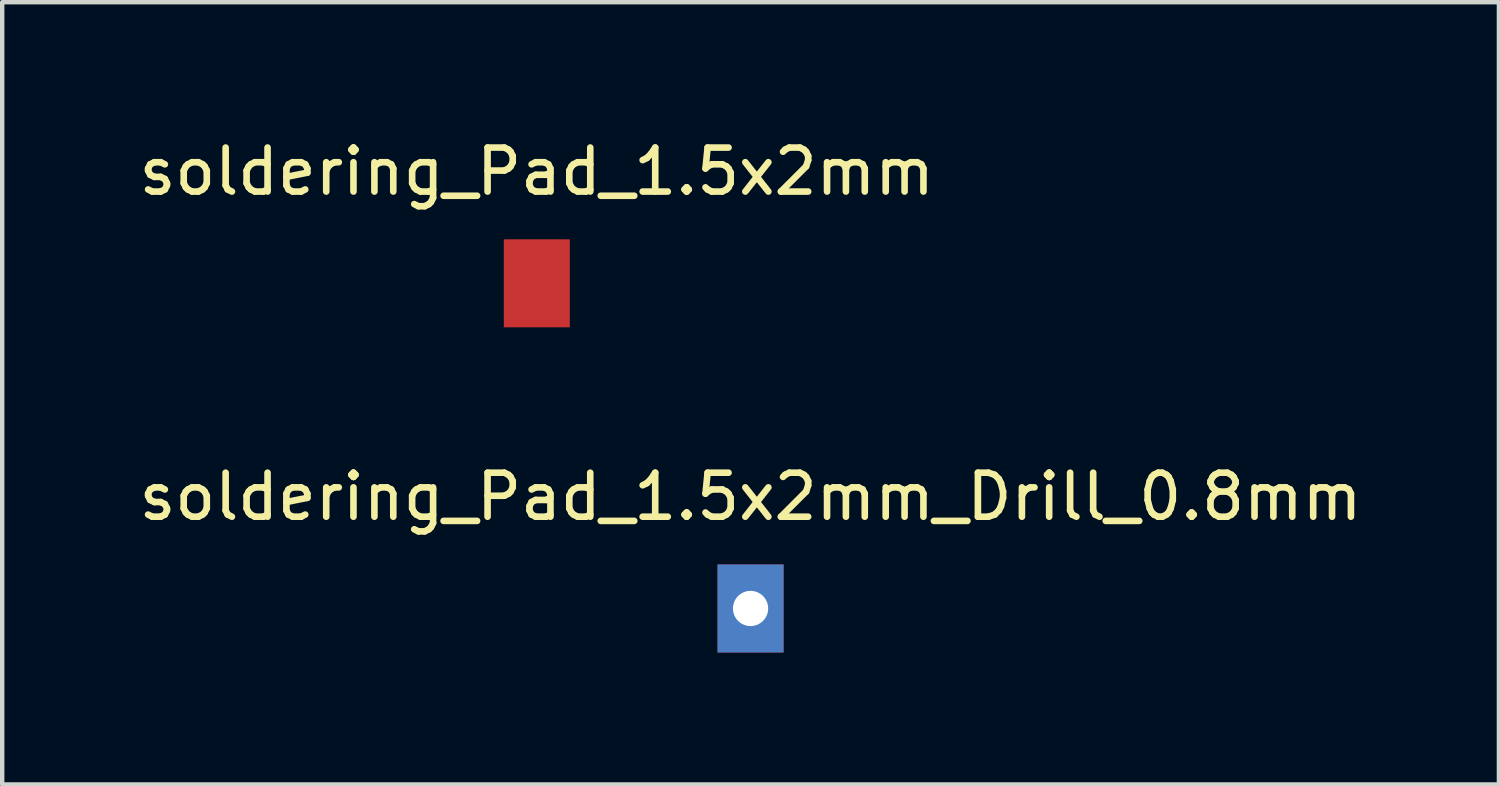
<source format=kicad_pcb>
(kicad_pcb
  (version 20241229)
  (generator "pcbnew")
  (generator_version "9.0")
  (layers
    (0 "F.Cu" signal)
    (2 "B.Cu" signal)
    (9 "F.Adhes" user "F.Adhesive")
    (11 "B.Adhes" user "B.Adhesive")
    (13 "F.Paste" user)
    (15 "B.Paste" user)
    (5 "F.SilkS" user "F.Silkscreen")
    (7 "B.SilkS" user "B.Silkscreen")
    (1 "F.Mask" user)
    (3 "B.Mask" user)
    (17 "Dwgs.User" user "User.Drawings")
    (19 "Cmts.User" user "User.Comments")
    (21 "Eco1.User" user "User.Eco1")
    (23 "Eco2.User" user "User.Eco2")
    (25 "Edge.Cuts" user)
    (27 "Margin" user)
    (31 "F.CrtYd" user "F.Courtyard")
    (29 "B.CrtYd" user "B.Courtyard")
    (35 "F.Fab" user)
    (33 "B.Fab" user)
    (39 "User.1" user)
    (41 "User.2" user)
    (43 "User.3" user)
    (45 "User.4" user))
  (footprint "soldering_Pad_1.5x2mm_Drill_0.8mm"
    (layer "F.Cu")
    (at 14.006 10.777)
    (property "Reference" "soldering_Pad_1.5x2mm_Drill_0.8mm" (at 0 -2.54 0) (layer "F.SilkS") (effects (font (size 1 1) (thickness 0.15))))
    (attr through_hole)
    (pad "1" thru_hole rect (at 0 0) (size 1.5 2) (drill 0.8) (layers "*.Cu" "*.Mask")))
  (footprint "soldering_Pad_1.5x2mm"
    (layer "F.Cu")
    (at 9.149 3.388)
    (property "Reference" "soldering_Pad_1.5x2mm" (at 0 -2.54 0) (layer "F.SilkS") (effects (font (size 1 1) (thickness 0.15))))
    (attr through_hole)
    (pad "1" smd rect (at 0 0) (size 1.5 2) (layers "F.Cu" "F.Mask" "F.Paste")))
  (gr_rect
    (start -3 -3)
    (end 31.012 14.777)
    (stroke (width 0.1) (type default))
    (fill no)
    (layer "Edge.Cuts")))
</source>
